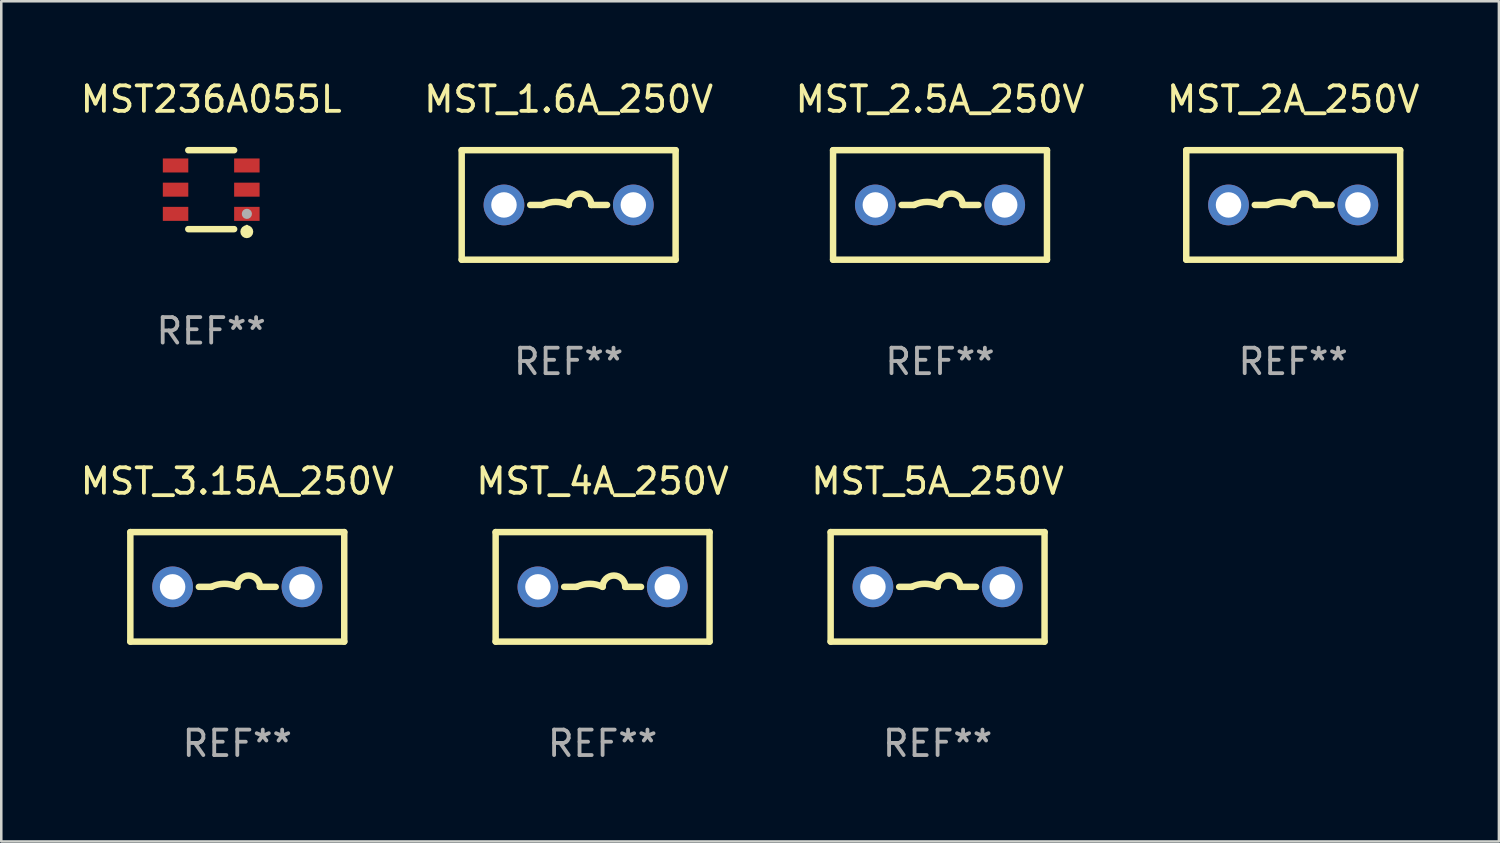
<source format=kicad_pcb>
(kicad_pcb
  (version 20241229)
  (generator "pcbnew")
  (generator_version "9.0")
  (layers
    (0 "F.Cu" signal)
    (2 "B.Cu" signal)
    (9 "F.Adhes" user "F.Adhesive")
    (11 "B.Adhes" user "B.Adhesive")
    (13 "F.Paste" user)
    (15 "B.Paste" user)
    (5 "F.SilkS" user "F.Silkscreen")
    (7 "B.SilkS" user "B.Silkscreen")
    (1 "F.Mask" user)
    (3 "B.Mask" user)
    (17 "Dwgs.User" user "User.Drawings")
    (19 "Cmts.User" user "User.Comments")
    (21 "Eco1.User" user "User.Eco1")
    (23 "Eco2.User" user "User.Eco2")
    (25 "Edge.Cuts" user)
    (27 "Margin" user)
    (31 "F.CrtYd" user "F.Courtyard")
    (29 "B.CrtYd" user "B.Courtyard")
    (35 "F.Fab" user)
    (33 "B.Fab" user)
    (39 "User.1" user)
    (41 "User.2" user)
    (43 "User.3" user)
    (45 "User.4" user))
  (footprint "MST_1.6A_250V"
    (layer "F.Cu")
    (at 19.28 4.998)
    (property "Reference" "MST_1.6A_250V" (at 0 -4.15 0) (layer "F.SilkS") (effects (font (size 1 1) (thickness 0.15))))
    (attr through_hole)
    (fp_line (start -4.2 -2.15) (end 4.2 -2.15) (stroke (width 0.254) (type solid)) (layer "F.SilkS"))
    (fp_line (start -4.2 2.15) (end -4.2 -2.15) (stroke (width 0.254) (type solid)) (layer "F.SilkS"))
    (fp_line (start -1.509 0) (end -1.016 0) (stroke (width 0.254) (type solid)) (layer "F.SilkS"))
    (fp_line (start 1.509 0) (end 0.889 0) (stroke (width 0.254) (type solid)) (layer "F.SilkS"))
    (fp_line (start 4.2 -2.15) (end 4.2 2.15) (stroke (width 0.254) (type solid)) (layer "F.SilkS"))
    (fp_line (start 4.2 2.15) (end -4.2 2.15) (stroke (width 0.254) (type solid)) (layer "F.SilkS"))
    (fp_arc (start -1.016002 0) (mid -0.508001 -0.119923) (end 0 0) (stroke (width 0.254001) (type solid)) (layer "F.SilkS"))
    (fp_arc (start 0 0) (mid 0.444501 -0.444501) (end 0.889002 0) (stroke (width 0.254001) (type solid)) (layer "F.SilkS"))
    (fp_circle (center -4.2 2.15) (end -4.17 2.15) (stroke (width 0.06) (type solid)) (fill no) (layer "F.SilkS"))
    (fp_text user "REF**" (at 0 6.15 0) (layer "F.Fab") (effects (font (size 1 1) (thickness 0.15))))
    (pad "1" thru_hole circle (at -2.54 0) (size 1.6 1.6) (drill 1) (layers "*.Cu" "*.Mask"))
    (pad "2" thru_hole circle (at 2.54 0) (size 1.6 1.6) (drill 1) (layers "*.Cu" "*.Mask")))
  (footprint "MST_4A_250V"
    (layer "F.Cu")
    (at 20.613 19.995)
    (property "Reference" "MST_4A_250V" (at 0 -4.15 0) (layer "F.SilkS") (effects (font (size 1 1) (thickness 0.15))))
    (attr through_hole)
    (fp_line (start -4.2 -2.15) (end 4.2 -2.15) (stroke (width 0.254) (type solid)) (layer "F.SilkS"))
    (fp_line (start -4.2 2.15) (end -4.2 -2.15) (stroke (width 0.254) (type solid)) (layer "F.SilkS"))
    (fp_line (start -1.509 0) (end -1.016 0) (stroke (width 0.254) (type solid)) (layer "F.SilkS"))
    (fp_line (start 1.509 0) (end 0.889 0) (stroke (width 0.254) (type solid)) (layer "F.SilkS"))
    (fp_line (start 4.2 -2.15) (end 4.2 2.15) (stroke (width 0.254) (type solid)) (layer "F.SilkS"))
    (fp_line (start 4.2 2.15) (end -4.2 2.15) (stroke (width 0.254) (type solid)) (layer "F.SilkS"))
    (fp_arc (start -1.016002 0) (mid -0.508001 -0.119923) (end 0 0) (stroke (width 0.254001) (type solid)) (layer "F.SilkS"))
    (fp_arc (start 0 0) (mid 0.444501 -0.444501) (end 0.889002 0) (stroke (width 0.254001) (type solid)) (layer "F.SilkS"))
    (fp_circle (center -4.2 2.15) (end -4.17 2.15) (stroke (width 0.06) (type solid)) (fill no) (layer "F.SilkS"))
    (fp_text user "REF**" (at 0 6.15 0) (layer "F.Fab") (effects (font (size 1 1) (thickness 0.15))))
    (pad "1" thru_hole circle (at -2.54 0) (size 1.6 1.6) (drill 1) (layers "*.Cu" "*.Mask"))
    (pad "2" thru_hole circle (at 2.54 0) (size 1.6 1.6) (drill 1) (layers "*.Cu" "*.Mask")))
  (footprint "MST236A055L"
    (layer "F.Cu")
    (at 5.244 4.398)
    (property "Reference" "MST236A055L" (at 0 -3.55 0) (layer "F.SilkS") (effects (font (size 1 1) (thickness 0.15))))
    (attr through_hole)
    (fp_line (start -0.9 -1.55) (end 0.9 -1.55) (stroke (width 0.254) (type solid)) (layer "F.SilkS"))
    (fp_line (start -0.9 1.55) (end 0.9 1.55) (stroke (width 0.254) (type solid)) (layer "F.SilkS"))
    (fp_circle (center 1.397 1.651) (end 1.524 1.651) (stroke (width 0.254) (type solid)) (fill no) (layer "F.SilkS"))
    (fp_circle (center 1.4 1.435) (end 1.43 1.435) (stroke (width 0.06) (type solid)) (fill no) (layer "F.SilkS"))
    (fp_circle (center 1.4 0.95) (end 1.5 0.95) (stroke (width 0.2) (type solid)) (fill no) (layer "F.Fab"))
    (fp_text user "REF**" (at 0 5.55 0) (layer "F.Fab") (effects (font (size 1 1) (thickness 0.15))))
    (pad "1" smd rect (at 1.4 0.95) (size 1 0.55) (layers "F.Cu" "F.Mask" "F.Paste"))
    (pad "2" smd rect (at 1.4 -0.000102) (size 1 0.55) (layers "F.Cu" "F.Mask" "F.Paste"))
    (pad "3" smd rect (at 1.4 -0.95) (size 1 0.55) (layers "F.Cu" "F.Mask" "F.Paste"))
    (pad "4" smd rect (at -1.4 -0.95) (size 1 0.55) (layers "F.Cu" "F.Mask" "F.Paste"))
    (pad "5" smd rect (at -1.4 -0.000102) (size 1 0.55) (layers "F.Cu" "F.Mask" "F.Paste"))
    (pad "6" smd rect (at -1.4 0.95) (size 1 0.55) (layers "F.Cu" "F.Mask" "F.Paste")))
  (footprint "MST_2A_250V"
    (layer "F.Cu")
    (at 47.732 4.998)
    (property "Reference" "MST_2A_250V" (at 0 -4.15 0) (layer "F.SilkS") (effects (font (size 1 1) (thickness 0.15))))
    (attr through_hole)
    (fp_line (start -4.2 -2.15) (end 4.2 -2.15) (stroke (width 0.254) (type solid)) (layer "F.SilkS"))
    (fp_line (start -4.2 2.15) (end -4.2 -2.15) (stroke (width 0.254) (type solid)) (layer "F.SilkS"))
    (fp_line (start -1.509 0) (end -1.016 0) (stroke (width 0.254) (type solid)) (layer "F.SilkS"))
    (fp_line (start 1.509 0) (end 0.889 0) (stroke (width 0.254) (type solid)) (layer "F.SilkS"))
    (fp_line (start 4.2 -2.15) (end 4.2 2.15) (stroke (width 0.254) (type solid)) (layer "F.SilkS"))
    (fp_line (start 4.2 2.15) (end -4.2 2.15) (stroke (width 0.254) (type solid)) (layer "F.SilkS"))
    (fp_arc (start -1.016002 0) (mid -0.508001 -0.119923) (end 0 0) (stroke (width 0.254001) (type solid)) (layer "F.SilkS"))
    (fp_arc (start 0 0) (mid 0.444501 -0.444501) (end 0.889002 0) (stroke (width 0.254001) (type solid)) (layer "F.SilkS"))
    (fp_circle (center -4.2 2.15) (end -4.17 2.15) (stroke (width 0.06) (type solid)) (fill no) (layer "F.SilkS"))
    (fp_text user "REF**" (at 0 6.15 0) (layer "F.Fab") (effects (font (size 1 1) (thickness 0.15))))
    (pad "1" thru_hole circle (at -2.54 0) (size 1.6 1.6) (drill 1) (layers "*.Cu" "*.Mask"))
    (pad "2" thru_hole circle (at 2.54 0) (size 1.6 1.6) (drill 1) (layers "*.Cu" "*.Mask")))
  (footprint "MST_3.15A_250V"
    (layer "F.Cu")
    (at 6.268 19.995)
    (property "Reference" "MST_3.15A_250V" (at 0 -4.15 0) (layer "F.SilkS") (effects (font (size 1 1) (thickness 0.15))))
    (attr through_hole)
    (fp_line (start -4.2 -2.15) (end 4.2 -2.15) (stroke (width 0.254) (type solid)) (layer "F.SilkS"))
    (fp_line (start -4.2 2.15) (end -4.2 -2.15) (stroke (width 0.254) (type solid)) (layer "F.SilkS"))
    (fp_line (start -1.509 0) (end -1.016 0) (stroke (width 0.254) (type solid)) (layer "F.SilkS"))
    (fp_line (start 1.509 0) (end 0.889 0) (stroke (width 0.254) (type solid)) (layer "F.SilkS"))
    (fp_line (start 4.2 -2.15) (end 4.2 2.15) (stroke (width 0.254) (type solid)) (layer "F.SilkS"))
    (fp_line (start 4.2 2.15) (end -4.2 2.15) (stroke (width 0.254) (type solid)) (layer "F.SilkS"))
    (fp_arc (start -1.016002 0) (mid -0.508001 -0.119923) (end 0 0) (stroke (width 0.254001) (type solid)) (layer "F.SilkS"))
    (fp_arc (start 0 0) (mid 0.444501 -0.444501) (end 0.889002 0) (stroke (width 0.254001) (type solid)) (layer "F.SilkS"))
    (fp_circle (center -4.2 2.15) (end -4.17 2.15) (stroke (width 0.06) (type solid)) (fill no) (layer "F.SilkS"))
    (fp_text user "REF**" (at 0 6.15 0) (layer "F.Fab") (effects (font (size 1 1) (thickness 0.15))))
    (pad "1" thru_hole circle (at -2.54 0) (size 1.6 1.6) (drill 1) (layers "*.Cu" "*.Mask"))
    (pad "2" thru_hole circle (at 2.54 0) (size 1.6 1.6) (drill 1) (layers "*.Cu" "*.Mask")))
  (footprint "MST_2.5A_250V"
    (layer "F.Cu")
    (at 33.863 4.998)
    (property "Reference" "MST_2.5A_250V" (at 0 -4.15 0) (layer "F.SilkS") (effects (font (size 1 1) (thickness 0.15))))
    (attr through_hole)
    (fp_line (start -4.2 -2.15) (end 4.2 -2.15) (stroke (width 0.254) (type solid)) (layer "F.SilkS"))
    (fp_line (start -4.2 2.15) (end -4.2 -2.15) (stroke (width 0.254) (type solid)) (layer "F.SilkS"))
    (fp_line (start -1.509 0) (end -1.016 0) (stroke (width 0.254) (type solid)) (layer "F.SilkS"))
    (fp_line (start 1.509 0) (end 0.889 0) (stroke (width 0.254) (type solid)) (layer "F.SilkS"))
    (fp_line (start 4.2 -2.15) (end 4.2 2.15) (stroke (width 0.254) (type solid)) (layer "F.SilkS"))
    (fp_line (start 4.2 2.15) (end -4.2 2.15) (stroke (width 0.254) (type solid)) (layer "F.SilkS"))
    (fp_arc (start -1.016002 0) (mid -0.508001 -0.119923) (end 0 0) (stroke (width 0.254001) (type solid)) (layer "F.SilkS"))
    (fp_arc (start 0 0) (mid 0.444501 -0.444501) (end 0.889002 0) (stroke (width 0.254001) (type solid)) (layer "F.SilkS"))
    (fp_circle (center -4.2 2.15) (end -4.17 2.15) (stroke (width 0.06) (type solid)) (fill no) (layer "F.SilkS"))
    (fp_text user "REF**" (at 0 6.15 0) (layer "F.Fab") (effects (font (size 1 1) (thickness 0.15))))
    (pad "1" thru_hole circle (at -2.54 0) (size 1.6 1.6) (drill 1) (layers "*.Cu" "*.Mask"))
    (pad "2" thru_hole circle (at 2.54 0) (size 1.6 1.6) (drill 1) (layers "*.Cu" "*.Mask")))
  (footprint "MST_5A_250V"
    (layer "F.Cu")
    (at 33.768 19.995)
    (property "Reference" "MST_5A_250V" (at 0 -4.15 0) (layer "F.SilkS") (effects (font (size 1 1) (thickness 0.15))))
    (attr through_hole)
    (fp_line (start -4.2 -2.15) (end 4.2 -2.15) (stroke (width 0.254) (type solid)) (layer "F.SilkS"))
    (fp_line (start -4.2 2.15) (end -4.2 -2.15) (stroke (width 0.254) (type solid)) (layer "F.SilkS"))
    (fp_line (start -1.509 0) (end -1.016 0) (stroke (width 0.254) (type solid)) (layer "F.SilkS"))
    (fp_line (start 1.509 0) (end 0.889 0) (stroke (width 0.254) (type solid)) (layer "F.SilkS"))
    (fp_line (start 4.2 -2.15) (end 4.2 2.15) (stroke (width 0.254) (type solid)) (layer "F.SilkS"))
    (fp_line (start 4.2 2.15) (end -4.2 2.15) (stroke (width 0.254) (type solid)) (layer "F.SilkS"))
    (fp_arc (start -1.016002 0) (mid -0.508001 -0.119923) (end 0 0) (stroke (width 0.254001) (type solid)) (layer "F.SilkS"))
    (fp_arc (start 0 0) (mid 0.444501 -0.444501) (end 0.889002 0) (stroke (width 0.254001) (type solid)) (layer "F.SilkS"))
    (fp_circle (center -4.2 2.15) (end -4.17 2.15) (stroke (width 0.06) (type solid)) (fill no) (layer "F.SilkS"))
    (fp_text user "REF**" (at 0 6.15 0) (layer "F.Fab") (effects (font (size 1 1) (thickness 0.15))))
    (pad "1" thru_hole circle (at -2.54 0) (size 1.6 1.6) (drill 1) (layers "*.Cu" "*.Mask"))
    (pad "2" thru_hole circle (at 2.54 0) (size 1.6 1.6) (drill 1) (layers "*.Cu" "*.Mask")))
  (gr_rect
    (start -3 -3)
    (end 55.81 29.993)
    (stroke (width 0.1) (type default))
    (fill no)
    (layer "Edge.Cuts")))
</source>
